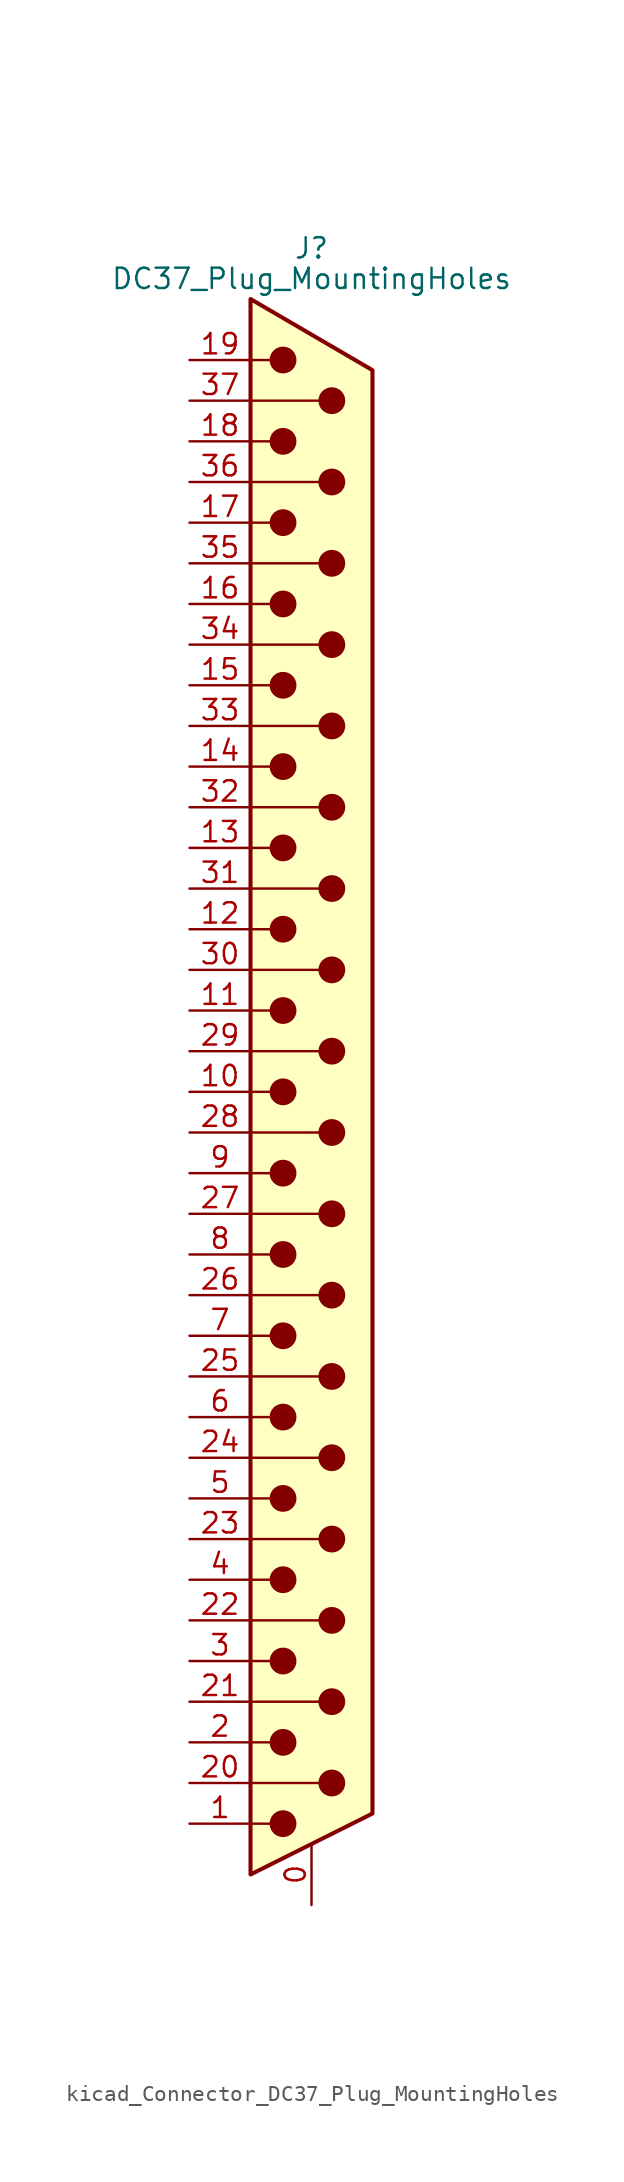
<source format=kicad_sym>
(kicad_symbol_lib
  (version 20220914)
  (generator kicad_symbol_editor)
  (symbol "kicad_Connector_DC37_Plug_MountingHoles"
    (pin_names
      (offset 1.016) hide)
    (property "Reference" "J"
      (at 0 52.705 0)
      (effects (font (size 1.27 1.27))))
    (property "Value" "DC37_Plug_MountingHoles"
      (at 0 50.8 0)
      (effects (font (size 1.27 1.27))))
    (symbol "kicad_Connector_DC37_Plug_MountingHoles_0_1"
      (circle (center -1.778 -45.72) (radius 0.762) (stroke (width 0) (type default)) (fill (type outline)))
      (circle (center -1.778 -40.64) (radius 0.762) (stroke (width 0) (type default)) (fill (type outline)))
      (circle (center -1.778 -35.56) (radius 0.762) (stroke (width 0) (type default)) (fill (type outline)))
      (circle (center -1.778 -30.48) (radius 0.762) (stroke (width 0) (type default)) (fill (type outline)))
      (circle (center -1.778 -25.4) (radius 0.762) (stroke (width 0) (type default)) (fill (type outline)))
      (circle (center -1.778 -20.32) (radius 0.762) (stroke (width 0) (type default)) (fill (type outline)))
      (circle (center -1.778 -15.24) (radius 0.762) (stroke (width 0) (type default)) (fill (type outline)))
      (circle (center -1.778 -10.16) (radius 0.762) (stroke (width 0) (type default)) (fill (type outline)))
      (circle (center -1.778 -5.08) (radius 0.762) (stroke (width 0) (type default)) (fill (type outline)))
      (circle (center -1.778 0) (radius 0.762) (stroke (width 0) (type default)) (fill (type outline)))
      (circle (center -1.778 5.08) (radius 0.762) (stroke (width 0) (type default)) (fill (type outline)))
      (circle (center -1.778 10.16) (radius 0.762) (stroke (width 0) (type default)) (fill (type outline)))
      (circle (center -1.778 15.24) (radius 0.762) (stroke (width 0) (type default)) (fill (type outline)))
      (circle (center -1.778 20.32) (radius 0.762) (stroke (width 0) (type default)) (fill (type outline)))
      (circle (center -1.778 25.4) (radius 0.762) (stroke (width 0) (type default)) (fill (type outline)))
      (circle (center -1.778 30.48) (radius 0.762) (stroke (width 0) (type default)) (fill (type outline)))
      (circle (center -1.778 35.56) (radius 0.762) (stroke (width 0) (type default)) (fill (type outline)))
      (circle (center -1.778 40.64) (radius 0.762) (stroke (width 0) (type default)) (fill (type outline)))
      (circle (center -1.778 45.72) (radius 0.762) (stroke (width 0) (type default)) (fill (type outline)))
      (polyline (pts (xy -3.81 -45.72) (xy -2.54 -45.72)) (stroke (width 0) (type default)) (fill (type none)))
      (polyline (pts (xy -3.81 -43.18) (xy 0.508 -43.18)) (stroke (width 0) (type default)) (fill (type none)))
      (polyline (pts (xy -3.81 -40.64) (xy -2.54 -40.64)) (stroke (width 0) (type default)) (fill (type none)))
      (polyline (pts (xy -3.81 -38.1) (xy 0.508 -38.1)) (stroke (width 0) (type default)) (fill (type none)))
      (polyline (pts (xy -3.81 -35.56) (xy -2.54 -35.56)) (stroke (width 0) (type default)) (fill (type none)))
      (polyline (pts (xy -3.81 -33.02) (xy 0.508 -33.02)) (stroke (width 0) (type default)) (fill (type none)))
      (polyline (pts (xy -3.81 -30.48) (xy -2.54 -30.48)) (stroke (width 0) (type default)) (fill (type none)))
      (polyline (pts (xy -3.81 -27.94) (xy 0.508 -27.94)) (stroke (width 0) (type default)) (fill (type none)))
      (polyline (pts (xy -3.81 -25.4) (xy -2.54 -25.4)) (stroke (width 0) (type default)) (fill (type none)))
      (polyline (pts (xy -3.81 -22.86) (xy 0.508 -22.86)) (stroke (width 0) (type default)) (fill (type none)))
      (polyline (pts (xy -3.81 -20.32) (xy -2.54 -20.32)) (stroke (width 0) (type default)) (fill (type none)))
      (polyline (pts (xy -3.81 -17.78) (xy 0.508 -17.78)) (stroke (width 0) (type default)) (fill (type none)))
      (polyline (pts (xy -3.81 -15.24) (xy -2.54 -15.24)) (stroke (width 0) (type default)) (fill (type none)))
      (polyline (pts (xy -3.81 -12.7) (xy 0.508 -12.7)) (stroke (width 0) (type default)) (fill (type none)))
      (polyline (pts (xy -3.81 -10.16) (xy -2.54 -10.16)) (stroke (width 0) (type default)) (fill (type none)))
      (polyline (pts (xy -3.81 -7.62) (xy 0.508 -7.62)) (stroke (width 0) (type default)) (fill (type none)))
      (polyline (pts (xy -3.81 -5.08) (xy -2.54 -5.08)) (stroke (width 0) (type default)) (fill (type none)))
      (polyline (pts (xy -3.81 -2.54) (xy 0.508 -2.54)) (stroke (width 0) (type default)) (fill (type none)))
      (polyline (pts (xy -3.81 0) (xy -2.54 0)) (stroke (width 0) (type default)) (fill (type none)))
      (polyline (pts (xy -3.81 2.54) (xy 0.508 2.54)) (stroke (width 0) (type default)) (fill (type none)))
      (polyline (pts (xy -3.81 5.08) (xy -2.54 5.08)) (stroke (width 0) (type default)) (fill (type none)))
      (polyline (pts (xy -3.81 7.62) (xy 0.508 7.62)) (stroke (width 0) (type default)) (fill (type none)))
      (polyline (pts (xy -3.81 10.16) (xy -2.54 10.16)) (stroke (width 0) (type default)) (fill (type none)))
      (polyline (pts (xy -3.81 12.7) (xy 0.508 12.7)) (stroke (width 0) (type default)) (fill (type none)))
      (polyline (pts (xy -3.81 15.24) (xy -2.54 15.24)) (stroke (width 0) (type default)) (fill (type none)))
      (polyline (pts (xy -3.81 17.78) (xy 0.508 17.78)) (stroke (width 0) (type default)) (fill (type none)))
      (polyline (pts (xy -3.81 20.32) (xy -2.54 20.32)) (stroke (width 0) (type default)) (fill (type none)))
      (polyline (pts (xy -3.81 22.86) (xy 0.508 22.86)) (stroke (width 0) (type default)) (fill (type none)))
      (polyline (pts (xy -3.81 25.4) (xy -2.54 25.4)) (stroke (width 0) (type default)) (fill (type none)))
      (polyline (pts (xy -3.81 27.94) (xy 0.508 27.94)) (stroke (width 0) (type default)) (fill (type none)))
      (polyline (pts (xy -3.81 30.48) (xy -2.54 30.48)) (stroke (width 0) (type default)) (fill (type none)))
      (polyline (pts (xy -3.81 33.02) (xy 0.508 33.02)) (stroke (width 0) (type default)) (fill (type none)))
      (polyline (pts (xy -3.81 35.56) (xy -2.54 35.56)) (stroke (width 0) (type default)) (fill (type none)))
      (polyline (pts (xy -3.81 38.1) (xy 0.508 38.1)) (stroke (width 0) (type default)) (fill (type none)))
      (polyline (pts (xy -3.81 40.64) (xy -2.54 40.64)) (stroke (width 0) (type default)) (fill (type none)))
      (polyline (pts (xy -3.81 43.18) (xy 0.508 43.18)) (stroke (width 0) (type default)) (fill (type none)))
      (polyline (pts (xy -3.81 45.72) (xy -2.54 45.72)) (stroke (width 0) (type default)) (fill (type none)))
      (polyline (pts (xy -3.81 49.53) (xy 3.81 45.085) (xy 3.81 -45.085) (xy -3.81 -48.895) (xy -3.81 49.53)) (stroke (width 0.254) (type default)) (fill (type background)))
      (circle (center 1.27 -43.18) (radius 0.762) (stroke (width 0) (type default)) (fill (type outline)))
      (circle (center 1.27 -38.1) (radius 0.762) (stroke (width 0) (type default)) (fill (type outline)))
      (circle (center 1.27 -33.02) (radius 0.762) (stroke (width 0) (type default)) (fill (type outline)))
      (circle (center 1.27 -27.94) (radius 0.762) (stroke (width 0) (type default)) (fill (type outline)))
      (circle (center 1.27 -22.86) (radius 0.762) (stroke (width 0) (type default)) (fill (type outline)))
      (circle (center 1.27 -17.78) (radius 0.762) (stroke (width 0) (type default)) (fill (type outline)))
      (circle (center 1.27 -12.7) (radius 0.762) (stroke (width 0) (type default)) (fill (type outline)))
      (circle (center 1.27 -7.62) (radius 0.762) (stroke (width 0) (type default)) (fill (type outline)))
      (circle (center 1.27 -2.54) (radius 0.762) (stroke (width 0) (type default)) (fill (type outline)))
      (circle (center 1.27 2.54) (radius 0.762) (stroke (width 0) (type default)) (fill (type outline)))
      (circle (center 1.27 7.62) (radius 0.762) (stroke (width 0) (type default)) (fill (type outline)))
      (circle (center 1.27 12.7) (radius 0.762) (stroke (width 0) (type default)) (fill (type outline)))
      (circle (center 1.27 17.78) (radius 0.762) (stroke (width 0) (type default)) (fill (type outline)))
      (circle (center 1.27 22.86) (radius 0.762) (stroke (width 0) (type default)) (fill (type outline)))
      (circle (center 1.27 27.94) (radius 0.762) (stroke (width 0) (type default)) (fill (type outline)))
      (circle (center 1.27 33.02) (radius 0.762) (stroke (width 0) (type default)) (fill (type outline)))
      (circle (center 1.27 38.1) (radius 0.762) (stroke (width 0) (type default)) (fill (type outline)))
      (circle (center 1.27 43.18) (radius 0.762) (stroke (width 0) (type default)) (fill (type outline))))
    (symbol "kicad_Connector_DC37_Plug_MountingHoles_1_1"
      (pin passive line (at 0 -50.8 90) (length 3.81) (name "PAD" (effects (font (size 1.27 1.27)))) (number "0" (effects (font (size 1.27 1.27)))))
      (pin passive line (at -7.62 -45.72 0) (length 3.81) (name "1" (effects (font (size 1.27 1.27)))) (number "1" (effects (font (size 1.27 1.27)))))
      (pin passive line (at -7.62 0 0) (length 3.81) (name "10" (effects (font (size 1.27 1.27)))) (number "10" (effects (font (size 1.27 1.27)))))
      (pin passive line (at -7.62 5.08 0) (length 3.81) (name "11" (effects (font (size 1.27 1.27)))) (number "11" (effects (font (size 1.27 1.27)))))
      (pin passive line (at -7.62 10.16 0) (length 3.81) (name "12" (effects (font (size 1.27 1.27)))) (number "12" (effects (font (size 1.27 1.27)))))
      (pin passive line (at -7.62 15.24 0) (length 3.81) (name "13" (effects (font (size 1.27 1.27)))) (number "13" (effects (font (size 1.27 1.27)))))
      (pin passive line (at -7.62 20.32 0) (length 3.81) (name "14" (effects (font (size 1.27 1.27)))) (number "14" (effects (font (size 1.27 1.27)))))
      (pin passive line (at -7.62 25.4 0) (length 3.81) (name "15" (effects (font (size 1.27 1.27)))) (number "15" (effects (font (size 1.27 1.27)))))
      (pin passive line (at -7.62 30.48 0) (length 3.81) (name "16" (effects (font (size 1.27 1.27)))) (number "16" (effects (font (size 1.27 1.27)))))
      (pin passive line (at -7.62 35.56 0) (length 3.81) (name "17" (effects (font (size 1.27 1.27)))) (number "17" (effects (font (size 1.27 1.27)))))
      (pin passive line (at -7.62 40.64 0) (length 3.81) (name "18" (effects (font (size 1.27 1.27)))) (number "18" (effects (font (size 1.27 1.27)))))
      (pin passive line (at -7.62 45.72 0) (length 3.81) (name "19" (effects (font (size 1.27 1.27)))) (number "19" (effects (font (size 1.27 1.27)))))
      (pin passive line (at -7.62 -40.64 0) (length 3.81) (name "2" (effects (font (size 1.27 1.27)))) (number "2" (effects (font (size 1.27 1.27)))))
      (pin passive line (at -7.62 -43.18 0) (length 3.81) (name "20" (effects (font (size 1.27 1.27)))) (number "20" (effects (font (size 1.27 1.27)))))
      (pin passive line (at -7.62 -38.1 0) (length 3.81) (name "21" (effects (font (size 1.27 1.27)))) (number "21" (effects (font (size 1.27 1.27)))))
      (pin passive line (at -7.62 -33.02 0) (length 3.81) (name "22" (effects (font (size 1.27 1.27)))) (number "22" (effects (font (size 1.27 1.27)))))
      (pin passive line (at -7.62 -27.94 0) (length 3.81) (name "23" (effects (font (size 1.27 1.27)))) (number "23" (effects (font (size 1.27 1.27)))))
      (pin passive line (at -7.62 -22.86 0) (length 3.81) (name "24" (effects (font (size 1.27 1.27)))) (number "24" (effects (font (size 1.27 1.27)))))
      (pin passive line (at -7.62 -17.78 0) (length 3.81) (name "25" (effects (font (size 1.27 1.27)))) (number "25" (effects (font (size 1.27 1.27)))))
      (pin passive line (at -7.62 -12.7 0) (length 3.81) (name "26" (effects (font (size 1.27 1.27)))) (number "26" (effects (font (size 1.27 1.27)))))
      (pin passive line (at -7.62 -7.62 0) (length 3.81) (name "27" (effects (font (size 1.27 1.27)))) (number "27" (effects (font (size 1.27 1.27)))))
      (pin passive line (at -7.62 -2.54 0) (length 3.81) (name "28" (effects (font (size 1.27 1.27)))) (number "28" (effects (font (size 1.27 1.27)))))
      (pin passive line (at -7.62 2.54 0) (length 3.81) (name "29" (effects (font (size 1.27 1.27)))) (number "29" (effects (font (size 1.27 1.27)))))
      (pin passive line (at -7.62 -35.56 0) (length 3.81) (name "3" (effects (font (size 1.27 1.27)))) (number "3" (effects (font (size 1.27 1.27)))))
      (pin passive line (at -7.62 7.62 0) (length 3.81) (name "30" (effects (font (size 1.27 1.27)))) (number "30" (effects (font (size 1.27 1.27)))))
      (pin passive line (at -7.62 12.7 0) (length 3.81) (name "31" (effects (font (size 1.27 1.27)))) (number "31" (effects (font (size 1.27 1.27)))))
      (pin passive line (at -7.62 17.78 0) (length 3.81) (name "32" (effects (font (size 1.27 1.27)))) (number "32" (effects (font (size 1.27 1.27)))))
      (pin passive line (at -7.62 22.86 0) (length 3.81) (name "33" (effects (font (size 1.27 1.27)))) (number "33" (effects (font (size 1.27 1.27)))))
      (pin passive line (at -7.62 27.94 0) (length 3.81) (name "34" (effects (font (size 1.27 1.27)))) (number "34" (effects (font (size 1.27 1.27)))))
      (pin passive line (at -7.62 33.02 0) (length 3.81) (name "35" (effects (font (size 1.27 1.27)))) (number "35" (effects (font (size 1.27 1.27)))))
      (pin passive line (at -7.62 38.1 0) (length 3.81) (name "36" (effects (font (size 1.27 1.27)))) (number "36" (effects (font (size 1.27 1.27)))))
      (pin passive line (at -7.62 43.18 0) (length 3.81) (name "37" (effects (font (size 1.27 1.27)))) (number "37" (effects (font (size 1.27 1.27)))))
      (pin passive line (at -7.62 -30.48 0) (length 3.81) (name "4" (effects (font (size 1.27 1.27)))) (number "4" (effects (font (size 1.27 1.27)))))
      (pin passive line (at -7.62 -25.4 0) (length 3.81) (name "5" (effects (font (size 1.27 1.27)))) (number "5" (effects (font (size 1.27 1.27)))))
      (pin passive line (at -7.62 -20.32 0) (length 3.81) (name "6" (effects (font (size 1.27 1.27)))) (number "6" (effects (font (size 1.27 1.27)))))
      (pin passive line (at -7.62 -15.24 0) (length 3.81) (name "7" (effects (font (size 1.27 1.27)))) (number "7" (effects (font (size 1.27 1.27)))))
      (pin passive line (at -7.62 -10.16 0) (length 3.81) (name "8" (effects (font (size 1.27 1.27)))) (number "8" (effects (font (size 1.27 1.27)))))
      (pin passive line (at -7.62 -5.08 0) (length 3.81) (name "9" (effects (font (size 1.27 1.27)))) (number "9" (effects (font (size 1.27 1.27))))))))
</source>
